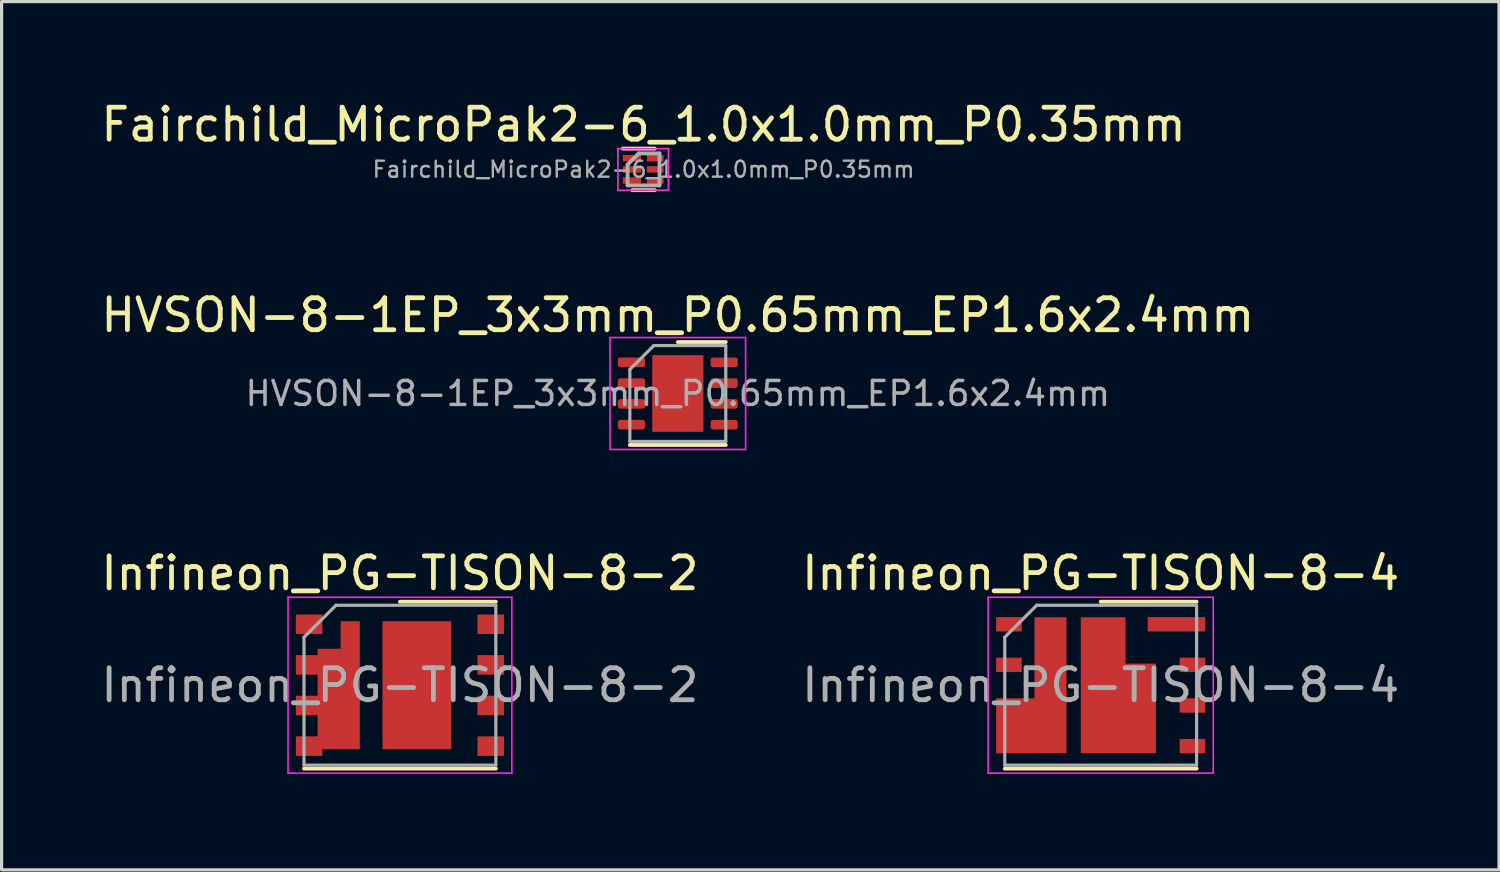
<source format=kicad_pcb>
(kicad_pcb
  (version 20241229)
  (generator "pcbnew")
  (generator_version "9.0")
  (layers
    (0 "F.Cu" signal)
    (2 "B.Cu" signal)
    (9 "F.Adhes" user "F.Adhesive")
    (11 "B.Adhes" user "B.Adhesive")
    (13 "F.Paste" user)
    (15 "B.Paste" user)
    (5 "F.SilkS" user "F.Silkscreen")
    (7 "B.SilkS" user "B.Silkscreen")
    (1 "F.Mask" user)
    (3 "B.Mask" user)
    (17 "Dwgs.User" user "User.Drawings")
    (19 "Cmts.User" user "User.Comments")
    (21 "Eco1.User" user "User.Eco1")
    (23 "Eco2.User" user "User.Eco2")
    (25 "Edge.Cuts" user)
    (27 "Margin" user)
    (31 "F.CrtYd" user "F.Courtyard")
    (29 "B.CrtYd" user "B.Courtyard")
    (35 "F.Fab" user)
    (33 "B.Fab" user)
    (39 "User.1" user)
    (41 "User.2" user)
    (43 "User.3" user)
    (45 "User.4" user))
  (footprint "Infineon_PG-TISON-8-4"
    (layer "F.Cu")
    (at 31.375 18.38)
    (property "Reference" "Infineon_PG-TISON-8-4" (at 0 -3.5 0) (layer "F.SilkS") (effects (font (size 1 1) (thickness 0.15))))
    (attr smd)
    (fp_line (start 3 -2.61) (end 0 -2.61) (stroke (width 0.12) (type solid)) (layer "F.SilkS"))
    (fp_line (start 3 2.61) (end -3 2.61) (stroke (width 0.12) (type solid)) (layer "F.SilkS"))
    (fp_line (start -3.52 -2.75) (end 3.52 -2.75) (stroke (width 0.05) (type solid)) (layer "F.CrtYd"))
    (fp_line (start -3.52 2.75) (end -3.52 -2.75) (stroke (width 0.05) (type solid)) (layer "F.CrtYd"))
    (fp_line (start 3.52 -2.75) (end 3.52 2.75) (stroke (width 0.05) (type solid)) (layer "F.CrtYd"))
    (fp_line (start 3.52 2.75) (end -3.52 2.75) (stroke (width 0.05) (type solid)) (layer "F.CrtYd"))
    (fp_line (start -3 -1.5) (end -3 2.5) (stroke (width 0.1) (type solid)) (layer "F.Fab"))
    (fp_line (start -2 -2.5) (end -3 -1.5) (stroke (width 0.1) (type solid)) (layer "F.Fab"))
    (fp_line (start -2 -2.5) (end 3 -2.5) (stroke (width 0.1) (type solid)) (layer "F.Fab"))
    (fp_line (start 3 -2.5) (end 3 2.5) (stroke (width 0.1) (type solid)) (layer "F.Fab"))
    (fp_line (start 3 2.5) (end -3 2.5) (stroke (width 0.1) (type solid)) (layer "F.Fab"))
    (fp_text user "${REFERENCE}" (at 0 0 0) (layer "F.Fab") (effects (font (size 1 1) (thickness 0.15))))
    (pad "" smd rect (at -2.87 0.635) (size 0.7 0.35) (layers "F.Paste"))
    (pad "" smd rect (at -2.87 0.635) (size 0.8 0.45) (layers "F.Mask"))
    (pad "" smd rect (at -2.87 1.905) (size 0.7 0.35) (layers "F.Paste"))
    (pad "" smd rect (at -2.87 1.905) (size 0.8 0.45) (layers "F.Mask"))
    (pad "" smd rect (at -1.57 -1.5) (size 0.8 0.75) (layers "F.Paste"))
    (pad "" smd rect (at -1.57 -0.5) (size 0.8 0.75) (layers "F.Paste"))
    (pad "" smd rect (at -1.57 0) (size 1 4.25) (layers "F.Mask"))
    (pad "" smd rect (at -1.57 0.5) (size 0.8 0.75) (layers "F.Paste"))
    (pad "" smd rect (at -1.57 1.5) (size 0.8 0.75) (layers "F.Paste"))
    (pad "" smd rect (at 0 -1.5) (size 0.85 0.75) (layers "F.Paste"))
    (pad "" smd rect (at 0 -0.5) (size 0.85 0.75) (layers "F.Paste"))
    (pad "" smd rect (at 0 0.5) (size 0.85 0.75) (layers "F.Paste"))
    (pad "" smd rect (at 0 1.5) (size 0.85 0.75) (layers "F.Paste"))
    (pad "" smd rect (at 1.1 -0.315) (size 0.85 0.38) (layers "F.Paste"))
    (pad "" smd rect (at 1.1 0.5) (size 0.85 0.75) (layers "F.Paste"))
    (pad "" smd rect (at 1.1 1.5) (size 0.85 0.75) (layers "F.Paste"))
    (pad "" smd rect (at 1.92 -1.905) (size 0.8 0.35) (layers "F.Paste"))
    (pad "" smd rect (at 2.87 -1.905) (size 0.7 0.35) (layers "F.Paste"))
    (pad "1" smd rect (at -2.87 -1.905) (size 0.8 0.45) (layers "F.Cu" "F.Mask" "F.Paste"))
    (pad "2" smd rect (at -2.87 -0.635) (size 0.8 0.45) (layers "F.Cu" "F.Mask" "F.Paste"))
    (pad "3" smd custom (at -1.57 0) (size 1 4.25) (layers "F.Cu") (options (anchor rect)) (primitives (gr_poly (pts (xy -0.5 2.13) (xy -1.7 2.13) (xy -1.7 0.41) (xy -0.5 0.41)) (width 0) (fill yes))))
    (pad "4" smd rect (at 2.87 1.905) (size 0.8 0.45) (layers "F.Cu" "F.Mask" "F.Paste"))
    (pad "5" smd rect (at 2.87 0.635) (size 0.8 0.45) (layers "F.Cu" "F.Mask" "F.Paste"))
    (pad "6" smd rect (at 2.87 -0.635) (size 0.8 0.45) (layers "F.Cu" "F.Mask" "F.Paste"))
    (pad "7" smd rect (at 2.37 -1.905) (size 1.8 0.45) (layers "F.Cu" "F.Mask"))
    (pad "8" smd custom (at 0.077 0) (size 1.4 4.25) (layers "F.Cu" "F.Mask") (options (anchor rect)) (primitives (gr_poly (pts (xy 1.65 2.125) (xy 0.7 2.125) (xy 0.7 -0.675) (xy 1.65 -0.675)) (width 0) (fill yes)))))
  (footprint "Fairchild_MicroPak2-6_1.0x1.0mm_P0.35mm"
    (layer "F.Cu")
    (at 17.065 2.248)
    (property "Reference" "Fairchild_MicroPak2-6_1.0x1.0mm_P0.35mm" (at 0.013 -1.4 0) (layer "F.SilkS") (effects (font (size 1 1) (thickness 0.15))))
    (attr smd)
    (fp_line (start -0.338 0.65) (end 0.362 0.65) (stroke (width 0.12) (type solid)) (layer "F.SilkS"))
    (fp_line (start 0.362 -0.65) (end -0.637 -0.65) (stroke (width 0.12) (type solid)) (layer "F.SilkS"))
    (fp_line (start -0.79 -0.65) (end -0.79 0.65) (stroke (width 0.05) (type solid)) (layer "F.CrtYd"))
    (fp_line (start -0.79 -0.65) (end 0.79 -0.65) (stroke (width 0.05) (type solid)) (layer "F.CrtYd"))
    (fp_line (start 0.79 0.65) (end -0.79 0.65) (stroke (width 0.05) (type solid)) (layer "F.CrtYd"))
    (fp_line (start 0.79 0.65) (end 0.79 -0.65) (stroke (width 0.05) (type solid)) (layer "F.CrtYd"))
    (fp_line (start -0.487 -0.15) (end -0.138 -0.5) (stroke (width 0.12) (type solid)) (layer "F.Fab"))
    (fp_line (start -0.487 0.5) (end -0.487 -0.15) (stroke (width 0.12) (type solid)) (layer "F.Fab"))
    (fp_line (start -0.138 -0.5) (end 0.512 -0.5) (stroke (width 0.12) (type solid)) (layer "F.Fab"))
    (fp_line (start 0.512 -0.5) (end 0.512 0.5) (stroke (width 0.12) (type solid)) (layer "F.Fab"))
    (fp_line (start 0.512 0.5) (end -0.487 0.5) (stroke (width 0.12) (type solid)) (layer "F.Fab"))
    (fp_text user "${REFERENCE}" (at 0.013 0 0) (layer "F.Fab") (effects (font (size 0.5 0.5) (thickness 0.075))))
    (pad "1" smd rect (at -0.352 -0.35) (size 0.57 0.2) (layers "F.Cu" "F.Mask" "F.Paste"))
    (pad "2" smd rect (at -0.352 0) (size 0.57 0.2) (layers "F.Cu" "F.Mask" "F.Paste"))
    (pad "3" smd rect (at -0.352 0.35) (size 0.57 0.2) (layers "F.Cu" "F.Mask" "F.Paste"))
    (pad "4" smd rect (at 0.378 0.35) (size 0.52 0.2) (layers "F.Cu" "F.Mask" "F.Paste"))
    (pad "5" smd rect (at 0.378 0) (size 0.52 0.2) (layers "F.Cu" "F.Mask" "F.Paste"))
    (pad "6" smd rect (at 0.378 -0.35) (size 0.52 0.2) (layers "F.Cu" "F.Mask" "F.Paste")))
  (footprint "HVSON-8-1EP_3x3mm_P0.65mm_EP1.6x2.4mm"
    (layer "F.Cu")
    (at 18.149 9.257)
    (property "Reference" "HVSON-8-1EP_3x3mm_P0.65mm_EP1.6x2.4mm" (at 0 -2.45 0) (layer "F.SilkS") (effects (font (size 1 1) (thickness 0.15))))
    (attr smd)
    (fp_line (start -1.5 1.61) (end 1.5 1.61) (stroke (width 0.12) (type solid)) (layer "F.SilkS"))
    (fp_line (start 0 -1.61) (end 1.5 -1.61) (stroke (width 0.12) (type solid)) (layer "F.SilkS"))
    (fp_line (start -2.12 -1.75) (end -2.12 1.75) (stroke (width 0.05) (type solid)) (layer "F.CrtYd"))
    (fp_line (start -2.12 1.75) (end 2.12 1.75) (stroke (width 0.05) (type solid)) (layer "F.CrtYd"))
    (fp_line (start 2.12 -1.75) (end -2.12 -1.75) (stroke (width 0.05) (type solid)) (layer "F.CrtYd"))
    (fp_line (start 2.12 1.75) (end 2.12 -1.75) (stroke (width 0.05) (type solid)) (layer "F.CrtYd"))
    (fp_line (start -1.5 -0.75) (end -0.75 -1.5) (stroke (width 0.1) (type solid)) (layer "F.Fab"))
    (fp_line (start -1.5 1.5) (end -1.5 -0.75) (stroke (width 0.1) (type solid)) (layer "F.Fab"))
    (fp_line (start -0.75 -1.5) (end 1.5 -1.5) (stroke (width 0.1) (type solid)) (layer "F.Fab"))
    (fp_line (start 1.5 -1.5) (end 1.5 1.5) (stroke (width 0.1) (type solid)) (layer "F.Fab"))
    (fp_line (start 1.5 1.5) (end -1.5 1.5) (stroke (width 0.1) (type solid)) (layer "F.Fab"))
    (fp_text user "${REFERENCE}" (at 0 0 0) (layer "F.Fab") (effects (font (size 0.75 0.75) (thickness 0.11))))
    (pad "" smd roundrect (at -0.4 -0.6) (size 0.64 0.97) (layers "F.Paste") (roundrect_rratio 0.25))
    (pad "" smd roundrect (at -0.4 0.6) (size 0.64 0.97) (layers "F.Paste") (roundrect_rratio 0.25))
    (pad "" smd roundrect (at 0.4 -0.6) (size 0.64 0.97) (layers "F.Paste") (roundrect_rratio 0.25))
    (pad "" smd roundrect (at 0.4 0.6) (size 0.64 0.97) (layers "F.Paste") (roundrect_rratio 0.25))
    (pad "1" smd roundrect (at -1.45 -0.975) (size 0.85 0.3) (layers "F.Cu" "F.Mask" "F.Paste") (roundrect_rratio 0.25))
    (pad "2" smd roundrect (at -1.45 -0.325) (size 0.85 0.3) (layers "F.Cu" "F.Mask" "F.Paste") (roundrect_rratio 0.25))
    (pad "3" smd roundrect (at -1.45 0.325) (size 0.85 0.3) (layers "F.Cu" "F.Mask" "F.Paste") (roundrect_rratio 0.25))
    (pad "4" smd roundrect (at -1.45 0.975) (size 0.85 0.3) (layers "F.Cu" "F.Mask" "F.Paste") (roundrect_rratio 0.25))
    (pad "5" smd roundrect (at 1.45 0.975) (size 0.85 0.3) (layers "F.Cu" "F.Mask" "F.Paste") (roundrect_rratio 0.25))
    (pad "6" smd roundrect (at 1.45 0.325) (size 0.85 0.3) (layers "F.Cu" "F.Mask" "F.Paste") (roundrect_rratio 0.25))
    (pad "7" smd roundrect (at 1.45 -0.325) (size 0.85 0.3) (layers "F.Cu" "F.Mask" "F.Paste") (roundrect_rratio 0.25))
    (pad "8" smd roundrect (at 1.45 -0.975) (size 0.85 0.3) (layers "F.Cu" "F.Mask" "F.Paste") (roundrect_rratio 0.25))
    (pad "9" smd rect (at 0 0) (size 1.6 2.4) (layers "F.Cu" "F.Mask")))
  (footprint "Infineon_PG-TISON-8-2"
    (layer "F.Cu")
    (at 9.458 18.38)
    (property "Reference" "Infineon_PG-TISON-8-2" (at 0 -3.5 0) (layer "F.SilkS") (effects (font (size 1 1) (thickness 0.15))))
    (attr smd)
    (fp_line (start 3 -2.61) (end 0 -2.61) (stroke (width 0.12) (type solid)) (layer "F.SilkS"))
    (fp_line (start 3 2.61) (end -3 2.61) (stroke (width 0.12) (type solid)) (layer "F.SilkS"))
    (fp_line (start -3.5 -2.75) (end 3.5 -2.75) (stroke (width 0.05) (type solid)) (layer "F.CrtYd"))
    (fp_line (start -3.5 2.75) (end -3.5 -2.75) (stroke (width 0.05) (type solid)) (layer "F.CrtYd"))
    (fp_line (start 3.5 -2.75) (end 3.5 2.75) (stroke (width 0.05) (type solid)) (layer "F.CrtYd"))
    (fp_line (start 3.5 2.75) (end -3.5 2.75) (stroke (width 0.05) (type solid)) (layer "F.CrtYd"))
    (fp_line (start -3 -1.5) (end -3 2.5) (stroke (width 0.1) (type solid)) (layer "F.Fab"))
    (fp_line (start -2 -2.5) (end -3 -1.5) (stroke (width 0.1) (type solid)) (layer "F.Fab"))
    (fp_line (start -2 -2.5) (end 3 -2.5) (stroke (width 0.1) (type solid)) (layer "F.Fab"))
    (fp_line (start 3 -2.5) (end 3 2.5) (stroke (width 0.1) (type solid)) (layer "F.Fab"))
    (fp_line (start 3 2.5) (end -3 2.5) (stroke (width 0.1) (type solid)) (layer "F.Fab"))
    (fp_text user "${REFERENCE}" (at 0 0 0) (layer "F.Fab") (effects (font (size 1 1) (thickness 0.15))))
    (pad "" smd rect (at -2.84 -0.635) (size 0.73 0.51) (layers "F.Paste"))
    (pad "" smd rect (at -2.84 0.635) (size 0.73 0.51) (layers "F.Paste"))
    (pad "" smd rect (at -2.84 1.905) (size 0.73 0.51) (layers "F.Paste"))
    (pad "" smd rect (at -1.82 -0.64) (size 0.9 0.5) (layers "F.Paste"))
    (pad "" smd rect (at -1.82 0.06) (size 0.9 0.5) (layers "F.Paste"))
    (pad "" smd rect (at -1.82 0.76) (size 0.9 0.5) (layers "F.Paste"))
    (pad "" smd rect (at -1.82 1.46) (size 0.9 0.5) (layers "F.Paste"))
    (pad "" smd rect (at -1.545 -1.6) (size 0.35 0.6) (layers "F.Paste"))
    (pad "" smd rect (at 0 -1.425) (size 0.75 0.75) (layers "F.Paste"))
    (pad "" smd rect (at 0 -0.475) (size 0.75 0.75) (layers "F.Paste"))
    (pad "" smd rect (at 0 0.475) (size 0.75 0.75) (layers "F.Paste"))
    (pad "" smd rect (at 0 1.425) (size 0.75 0.75) (layers "F.Paste"))
    (pad "" smd rect (at 1.025 -1.425) (size 0.75 0.75) (layers "F.Paste"))
    (pad "" smd rect (at 1.025 -0.475) (size 0.75 0.75) (layers "F.Paste"))
    (pad "" smd rect (at 1.025 0.475) (size 0.75 0.75) (layers "F.Paste"))
    (pad "" smd rect (at 1.025 1.425) (size 0.75 0.75) (layers "F.Paste"))
    (pad "1" smd rect (at -2.84 -1.905) (size 0.83 0.61) (layers "F.Cu" "F.Mask" "F.Paste"))
    (pad "2" smd custom (at -1.555 0) (size 0.6 4) (layers "F.Cu" "F.Mask") (options (anchor rect)) (primitives (gr_poly (pts (xy -0.3 2) (xy -0.87 2) (xy -0.87 2.21) (xy -1.7 2.21) (xy -1.7 1.6) (xy -1.02 1.6) (xy -1.02 0.94) (xy -1.7 0.94) (xy -1.7 0.33) (xy -1.02 0.33) (xy -1.02 -0.33) (xy -1.7 -0.33) (xy -1.7 -0.94) (xy -1.02 -0.94) (xy -1.02 -1.14) (xy -0.3 -1.14)) (width 0) (fill yes))))
    (pad "3" smd rect (at 2.84 1.905) (size 0.83 0.61) (layers "F.Cu" "F.Mask" "F.Paste"))
    (pad "4" smd rect (at 2.84 0.635) (size 0.83 0.61) (layers "F.Cu" "F.Mask" "F.Paste"))
    (pad "5" smd rect (at 2.84 -0.635) (size 0.83 0.61) (layers "F.Cu" "F.Mask" "F.Paste"))
    (pad "6" smd rect (at 2.84 -1.905) (size 0.83 0.61) (layers "F.Cu" "F.Mask" "F.Paste"))
    (pad "7" smd rect (at 0.53 0) (size 2.15 4) (layers "F.Cu" "F.Mask")))
  (gr_rect
    (start -3 -3)
    (end 43.833 24.155)
    (stroke (width 0.1) (type default))
    (fill no)
    (layer "Edge.Cuts")))
</source>
